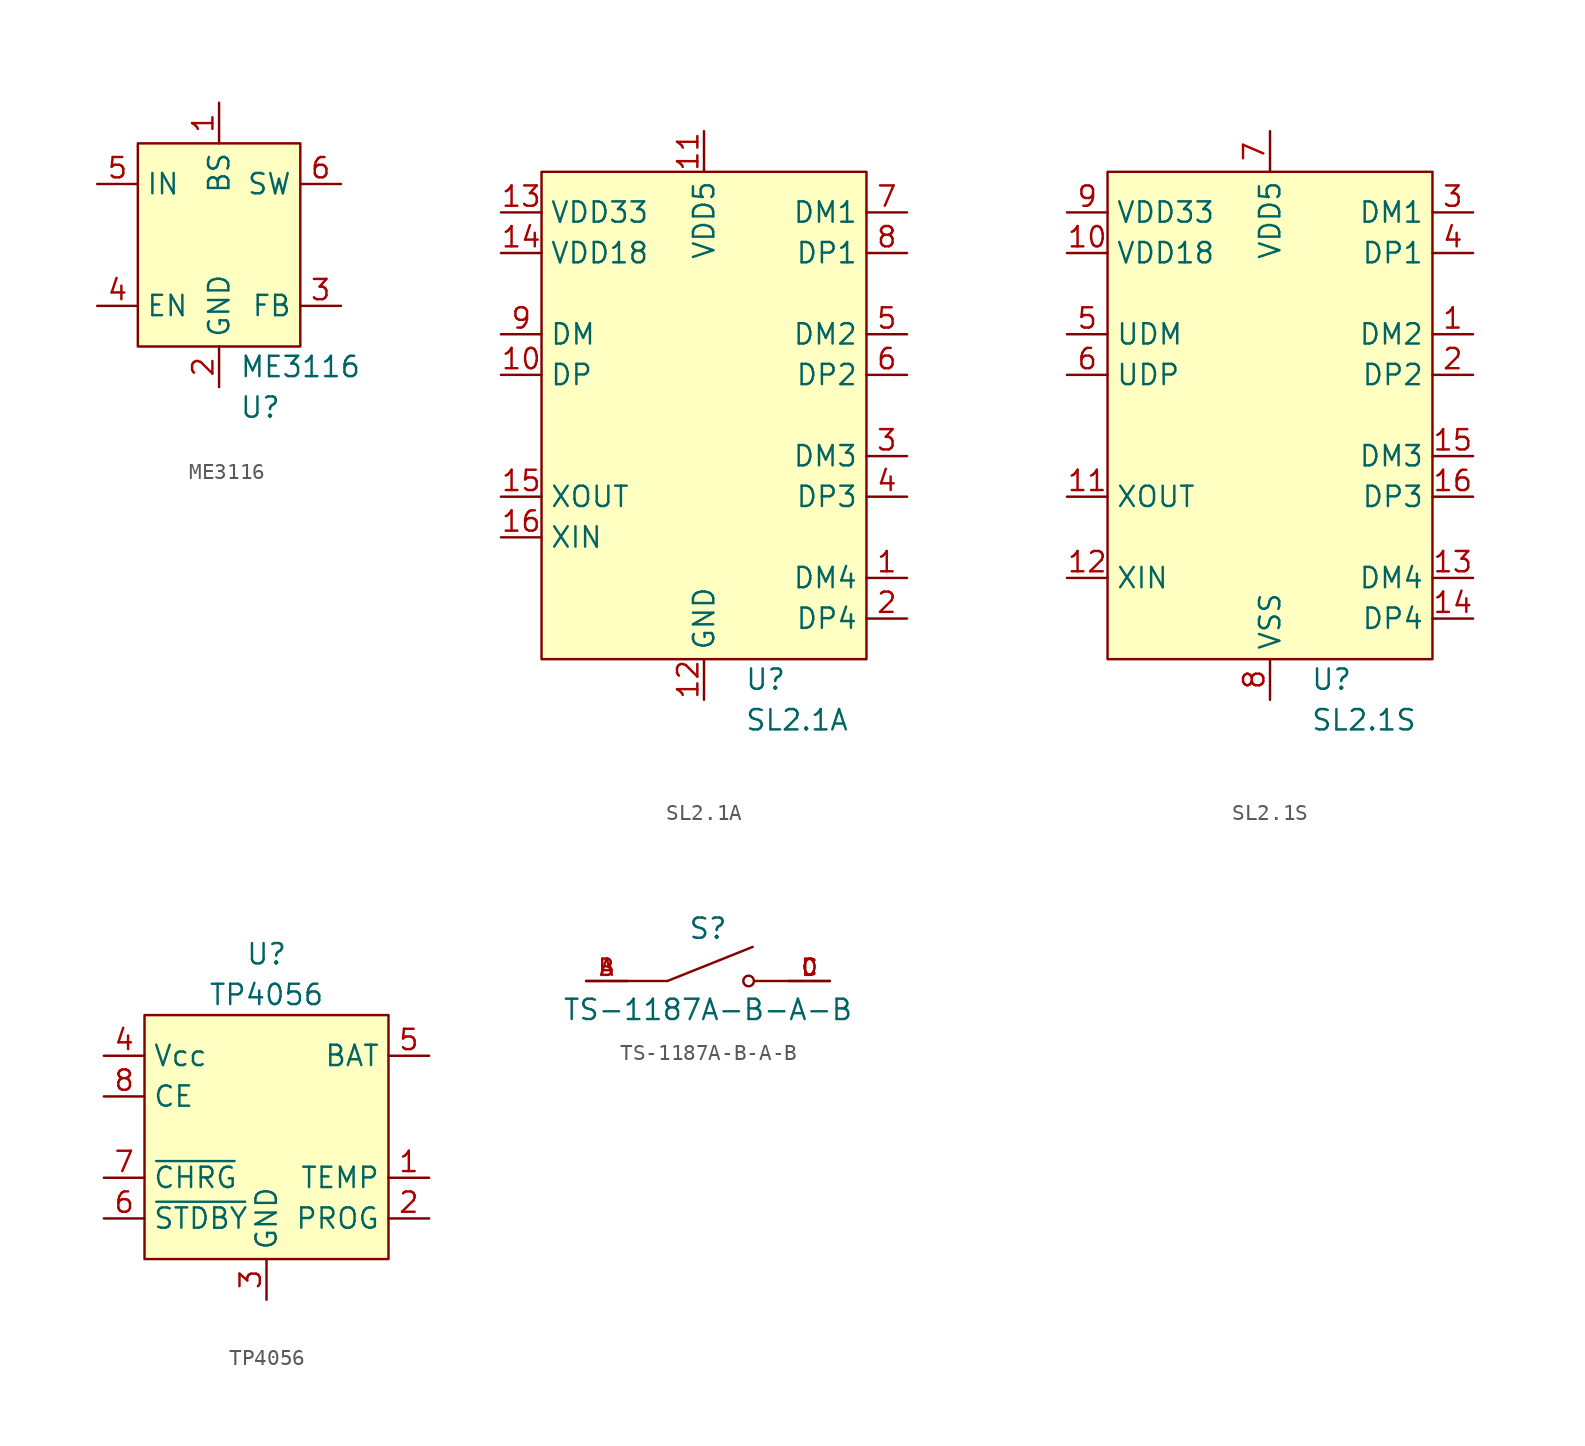
<source format=kicad_sym>
(kicad_symbol_lib
  (version 20220914)
  (generator kicad_symbol_editor)
  (symbol "ME3116"
    (property "Reference" "U"
      (at 1.27 -10.16 0)
      (effects (font (size 1.27 1.27)) (justify left)))
    (property "Value" "ME3116"
      (at 1.27 -7.62 0)
      (effects (font (size 1.27 1.27)) (justify left)))
    (symbol "ME3116_0_1"
      (rectangle (start -5.08 6.35) (end 5.08 -6.35) (stroke (width 0.152) (type default)) (fill (type background))))
    (symbol "ME3116_1_1"
      (pin passive line (at 0 8.89 270) (length 2.54) (name "BS" (effects (font (size 1.27 1.27)))) (number "1" (effects (font (size 1.27 1.27)))))
      (pin power_in line (at 0 -8.89 90) (length 2.54) (name "GND" (effects (font (size 1.27 1.27)))) (number "2" (effects (font (size 1.27 1.27)))))
      (pin input line (at 7.62 -3.81 180) (length 2.54) (name "FB" (effects (font (size 1.27 1.27)))) (number "3" (effects (font (size 1.27 1.27)))))
      (pin input line (at -7.62 -3.81 0) (length 2.54) (name "EN" (effects (font (size 1.27 1.27)))) (number "4" (effects (font (size 1.27 1.27)))))
      (pin power_in line (at -7.62 3.81 0) (length 2.54) (name "IN" (effects (font (size 1.27 1.27)))) (number "5" (effects (font (size 1.27 1.27)))))
      (pin power_out line (at 7.62 3.81 180) (length 2.54) (name "SW" (effects (font (size 1.27 1.27)))) (number "6" (effects (font (size 1.27 1.27)))))))
  (symbol "SL2.1A"
    (property "Reference" "U"
      (at 2.54 -16.51 0)
      (effects (font (size 1.27 1.27)) (justify left)))
    (property "Value" "SL2.1A"
      (at 2.54 -19.05 0)
      (effects (font (size 1.27 1.27)) (justify left)))
    (symbol "SL2.1A_0_1"
      (rectangle (start -10.16 15.24) (end 10.16 -15.24) (stroke (width 0.152) (type default)) (fill (type background))))
    (symbol "SL2.1A_1_1"
      (pin bidirectional line (at 12.7 -10.16 180) (length 2.54) (name "DM4" (effects (font (size 1.27 1.27)))) (number "1" (effects (font (size 1.27 1.27)))))
      (pin bidirectional line (at -12.7 2.54 0) (length 2.54) (name "DP" (effects (font (size 1.27 1.27)))) (number "10" (effects (font (size 1.27 1.27)))))
      (pin power_in line (at 0 17.78 270) (length 2.54) (name "VDD5" (effects (font (size 1.27 1.27)))) (number "11" (effects (font (size 1.27 1.27)))))
      (pin power_in line (at 0 -17.78 90) (length 2.54) (name "GND" (effects (font (size 1.27 1.27)))) (number "12" (effects (font (size 1.27 1.27)))))
      (pin power_out line (at -12.7 12.7 0) (length 2.54) (name "VDD33" (effects (font (size 1.27 1.27)))) (number "13" (effects (font (size 1.27 1.27)))))
      (pin power_out line (at -12.7 10.16 0) (length 2.54) (name "VDD18" (effects (font (size 1.27 1.27)))) (number "14" (effects (font (size 1.27 1.27)))))
      (pin output line (at -12.7 -5.08 0) (length 2.54) (name "XOUT" (effects (font (size 1.27 1.27)))) (number "15" (effects (font (size 1.27 1.27)))))
      (pin input line (at -12.7 -7.62 0) (length 2.54) (name "XIN" (effects (font (size 1.27 1.27)))) (number "16" (effects (font (size 1.27 1.27)))))
      (pin bidirectional line (at 12.7 -12.7 180) (length 2.54) (name "DP4" (effects (font (size 1.27 1.27)))) (number "2" (effects (font (size 1.27 1.27)))))
      (pin bidirectional line (at 12.7 -2.54 180) (length 2.54) (name "DM3" (effects (font (size 1.27 1.27)))) (number "3" (effects (font (size 1.27 1.27)))))
      (pin bidirectional line (at 12.7 -5.08 180) (length 2.54) (name "DP3" (effects (font (size 1.27 1.27)))) (number "4" (effects (font (size 1.27 1.27)))))
      (pin bidirectional line (at 12.7 5.08 180) (length 2.54) (name "DM2" (effects (font (size 1.27 1.27)))) (number "5" (effects (font (size 1.27 1.27)))))
      (pin bidirectional line (at 12.7 2.54 180) (length 2.54) (name "DP2" (effects (font (size 1.27 1.27)))) (number "6" (effects (font (size 1.27 1.27)))))
      (pin bidirectional line (at 12.7 12.7 180) (length 2.54) (name "DM1" (effects (font (size 1.27 1.27)))) (number "7" (effects (font (size 1.27 1.27)))))
      (pin bidirectional line (at 12.7 10.16 180) (length 2.54) (name "DP1" (effects (font (size 1.27 1.27)))) (number "8" (effects (font (size 1.27 1.27)))))
      (pin bidirectional line (at -12.7 5.08 0) (length 2.54) (name "DM" (effects (font (size 1.27 1.27)))) (number "9" (effects (font (size 1.27 1.27)))))))
  (symbol "SL2.1S"
    (property "Reference" "U"
      (at 2.54 -16.51 0)
      (effects (font (size 1.27 1.27)) (justify left)))
    (property "Value" "SL2.1S"
      (at 2.54 -19.05 0)
      (effects (font (size 1.27 1.27)) (justify left)))
    (symbol "SL2.1S_0_1"
      (rectangle (start -10.16 15.24) (end 10.16 -15.24) (stroke (width 0.152) (type default)) (fill (type background))))
    (symbol "SL2.1S_1_1"
      (pin bidirectional line (at 12.7 5.08 180) (length 2.54) (name "DM2" (effects (font (size 1.27 1.27)))) (number "1" (effects (font (size 1.27 1.27)))))
      (pin power_out line (at -12.7 10.16 0) (length 2.54) (name "VDD18" (effects (font (size 1.27 1.27)))) (number "10" (effects (font (size 1.27 1.27)))))
      (pin output line (at -12.7 -5.08 0) (length 2.54) (name "XOUT" (effects (font (size 1.27 1.27)))) (number "11" (effects (font (size 1.27 1.27)))))
      (pin input line (at -12.7 -10.16 0) (length 2.54) (name "XIN" (effects (font (size 1.27 1.27)))) (number "12" (effects (font (size 1.27 1.27)))))
      (pin bidirectional line (at 12.7 -10.16 180) (length 2.54) (name "DM4" (effects (font (size 1.27 1.27)))) (number "13" (effects (font (size 1.27 1.27)))))
      (pin bidirectional line (at 12.7 -12.7 180) (length 2.54) (name "DP4" (effects (font (size 1.27 1.27)))) (number "14" (effects (font (size 1.27 1.27)))))
      (pin bidirectional line (at 12.7 -2.54 180) (length 2.54) (name "DM3" (effects (font (size 1.27 1.27)))) (number "15" (effects (font (size 1.27 1.27)))))
      (pin bidirectional line (at 12.7 -5.08 180) (length 2.54) (name "DP3" (effects (font (size 1.27 1.27)))) (number "16" (effects (font (size 1.27 1.27)))))
      (pin bidirectional line (at 12.7 2.54 180) (length 2.54) (name "DP2" (effects (font (size 1.27 1.27)))) (number "2" (effects (font (size 1.27 1.27)))))
      (pin bidirectional line (at 12.7 12.7 180) (length 2.54) (name "DM1" (effects (font (size 1.27 1.27)))) (number "3" (effects (font (size 1.27 1.27)))))
      (pin bidirectional line (at 12.7 10.16 180) (length 2.54) (name "DP1" (effects (font (size 1.27 1.27)))) (number "4" (effects (font (size 1.27 1.27)))))
      (pin bidirectional line (at -12.7 5.08 0) (length 2.54) (name "UDM" (effects (font (size 1.27 1.27)))) (number "5" (effects (font (size 1.27 1.27)))))
      (pin bidirectional line (at -12.7 2.54 0) (length 2.54) (name "UDP" (effects (font (size 1.27 1.27)))) (number "6" (effects (font (size 1.27 1.27)))))
      (pin power_in line (at 0 17.78 270) (length 2.54) (name "VDD5" (effects (font (size 1.27 1.27)))) (number "7" (effects (font (size 1.27 1.27)))))
      (pin power_in line (at 0 -17.78 90) (length 2.54) (name "VSS" (effects (font (size 1.27 1.27)))) (number "8" (effects (font (size 1.27 1.27)))))
      (pin power_out line (at -12.7 12.7 0) (length 2.54) (name "VDD33" (effects (font (size 1.27 1.27)))) (number "9" (effects (font (size 1.27 1.27)))))))
  (symbol "TP4056"
    (property "Reference" "U"
      (at 0 11.43 0)
      (effects (font (size 1.27 1.27))))
    (property "Value" "TP4056"
      (at 0 8.89 0)
      (effects (font (size 1.27 1.27))))
    (symbol "TP4056_1_1"
      (rectangle (start -7.62 7.62) (end 7.62 -7.62) (stroke (width 0) (type default)) (fill (type background)))
      (pin input line (at 10.16 -2.54 180) (length 2.54) (name "TEMP" (effects (font (size 1.27 1.27)))) (number "1" (effects (font (size 1.27 1.27)))))
      (pin passive line (at 10.16 -5.08 180) (length 2.54) (name "PROG" (effects (font (size 1.27 1.27)))) (number "2" (effects (font (size 1.27 1.27)))))
      (pin power_in line (at 0 -10.16 90) (length 2.54) (name "GND" (effects (font (size 1.27 1.27)))) (number "3" (effects (font (size 1.27 1.27)))))
      (pin power_in line (at -10.16 5.08 0) (length 2.54) (name "Vcc" (effects (font (size 1.27 1.27)))) (number "4" (effects (font (size 1.27 1.27)))))
      (pin power_out line (at 10.16 5.08 180) (length 2.54) (name "BAT" (effects (font (size 1.27 1.27)))) (number "5" (effects (font (size 1.27 1.27)))))
      (pin output line (at -10.16 -5.08 0) (length 2.54) (name "~{STDBY}" (effects (font (size 1.27 1.27)))) (number "6" (effects (font (size 1.27 1.27)))))
      (pin output line (at -10.16 -2.54 0) (length 2.54) (name "~{CHRG}" (effects (font (size 1.27 1.27)))) (number "7" (effects (font (size 1.27 1.27)))))
      (pin input line (at -10.16 2.54 0) (length 2.54) (name "CE" (effects (font (size 1.27 1.27)))) (number "8" (effects (font (size 1.27 1.27)))))))
  (symbol "TS-1187A-B-A-B"
    (pin_names
      (offset 1.016) hide)
    (property "Reference" "S"
      (at 0 2.54 0)
      (effects (font (size 1.27 1.27)) (justify bottom)))
    (property "Value" "TS-1187A-B-A-B"
      (at 0 -2.54 0)
      (effects (font (size 1.27 1.27)) (justify bottom)))
    (symbol "TS-1187A-B-A-B_0_0"
      (polyline (pts (xy -2.54 0) (xy -5.08 0)) (stroke (width 0.152) (type default)) (fill (type none)))
      (polyline (pts (xy -2.54 0) (xy 2.794 2.134)) (stroke (width 0.152) (type default)) (fill (type none)))
      (polyline (pts (xy 5.08 0) (xy 2.921 0)) (stroke (width 0.152) (type default)) (fill (type none)))
      (circle (center 2.54 0) (radius 0.33) (stroke (width 0.152) (type default)) (fill (type none)))
      (pin passive line (at -7.62 0 0) (length 2.54) (name "~" (effects (font (size 1.016 1.016)))) (number "A" (effects (font (size 1.016 1.016)))))
      (pin passive line (at -7.62 0 0) (length 2.54) (name "~" (effects (font (size 1.016 1.016)))) (number "B" (effects (font (size 1.016 1.016)))))
      (pin passive line (at 7.62 0 180) (length 2.54) (name "~" (effects (font (size 1.016 1.016)))) (number "C" (effects (font (size 1.016 1.016)))))
      (pin passive line (at 7.62 0 180) (length 2.54) (name "~" (effects (font (size 1.016 1.016)))) (number "D" (effects (font (size 1.016 1.016))))))))
</source>
